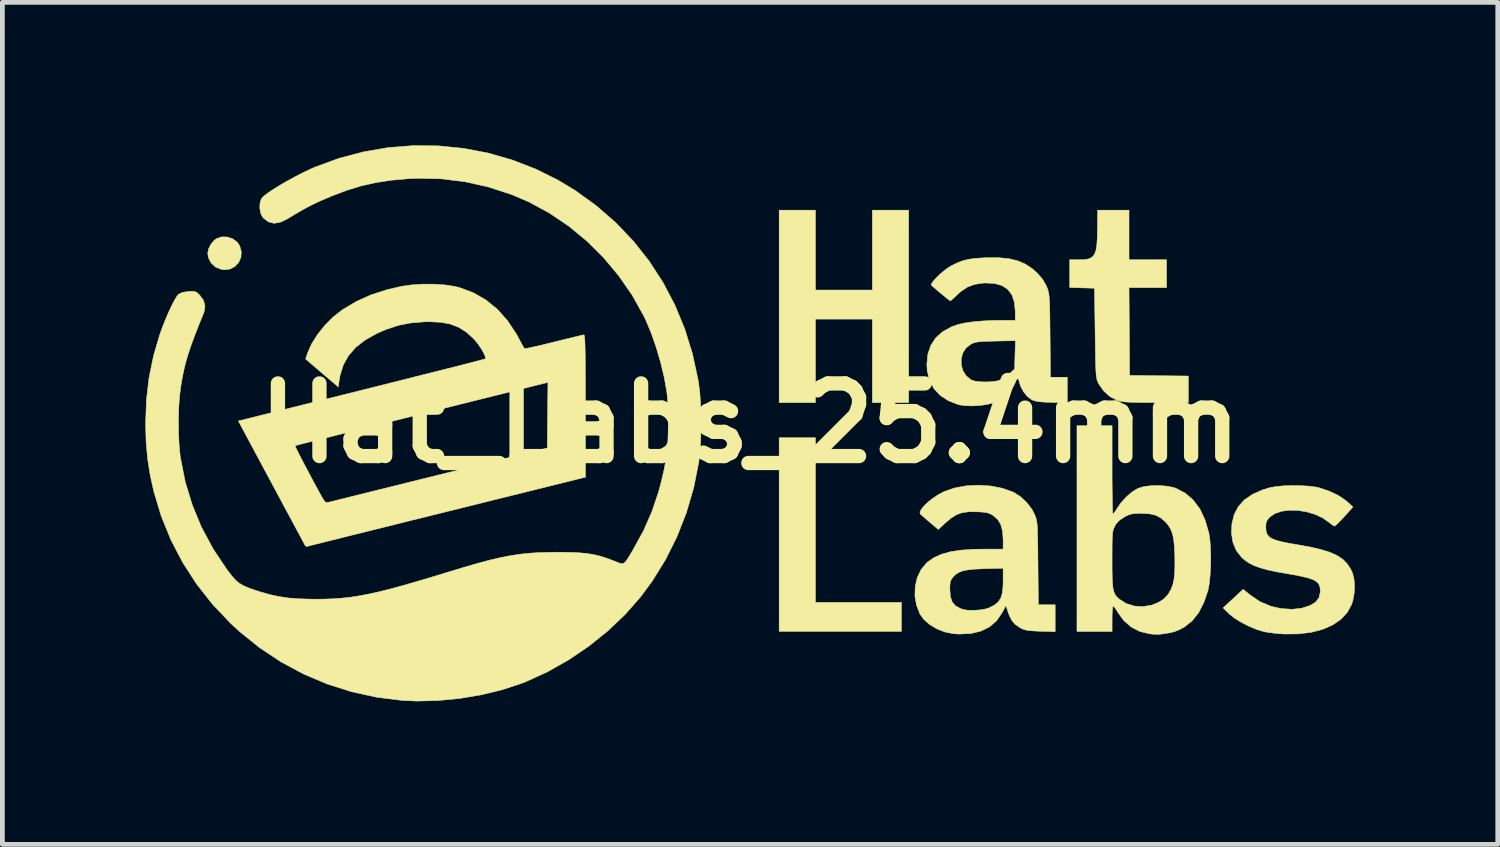
<source format=kicad_pcb>
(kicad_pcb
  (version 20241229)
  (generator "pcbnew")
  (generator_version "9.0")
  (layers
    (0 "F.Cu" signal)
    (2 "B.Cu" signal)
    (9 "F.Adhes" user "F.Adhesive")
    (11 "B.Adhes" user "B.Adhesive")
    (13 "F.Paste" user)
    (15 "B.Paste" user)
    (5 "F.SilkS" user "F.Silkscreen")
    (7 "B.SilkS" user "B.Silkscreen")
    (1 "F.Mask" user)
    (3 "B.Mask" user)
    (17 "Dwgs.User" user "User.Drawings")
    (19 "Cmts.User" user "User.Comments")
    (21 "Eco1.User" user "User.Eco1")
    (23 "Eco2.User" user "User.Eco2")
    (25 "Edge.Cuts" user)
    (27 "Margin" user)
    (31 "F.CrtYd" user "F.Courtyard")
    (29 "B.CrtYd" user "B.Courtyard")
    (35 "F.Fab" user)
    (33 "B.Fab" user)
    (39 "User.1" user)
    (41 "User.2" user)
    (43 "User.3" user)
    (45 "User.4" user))
  (footprint "Hat_Labs_25.4mm"
    (layer "F.Cu")
    (at 12.687 5.829)
    (property "Reference" "Hat_Labs_25.4mm" (at 0 0 0) (layer "F.SilkS") (effects (font (size 1.524 1.524) (thickness 0.3))))
    (attr through_hole)
    (fp_poly (pts (xy 1.372 3.759) (xy 3.175 3.759) (xy 3.175 4.369) (xy 0.61 4.369) (xy 0.61 0.305) (xy 1.372 0.305) (xy 1.372 3.759)) (stroke (width 0.01) (type solid)) (fill yes) (layer "F.SilkS"))
    (fp_poly (pts (xy 1.372 -2.794) (xy 2.565 -2.794) (xy 2.565 -4.47) (xy 3.327 -4.47) (xy 3.327 -0.432) (xy 2.565 -0.432) (xy 2.565 -2.184) (xy 1.372 -2.184) (xy 1.372 -0.432) (xy 0.61 -0.432) (xy 0.61 -4.47) (xy 1.372 -4.47) (xy 1.372 -2.794)) (stroke (width 0.01) (type solid)) (fill yes) (layer "F.SilkS"))
    (fp_poly (pts (xy -10.97 -3.907) (xy -10.855 -3.869) (xy -10.76 -3.798) (xy -10.709 -3.723) (xy -10.674 -3.599) (xy -10.682 -3.48) (xy -10.729 -3.374) (xy -10.806 -3.29) (xy -10.908 -3.235) (xy -11.029 -3.219) (xy -11.093 -3.227) (xy -11.214 -3.276) (xy -11.307 -3.361) (xy -11.364 -3.471) (xy -11.379 -3.569) (xy -11.36 -3.658) (xy -11.311 -3.755) (xy -11.244 -3.836) (xy -11.201 -3.869) (xy -11.09 -3.909) (xy -10.97 -3.907)) (stroke (width 0.01) (type solid)) (fill yes) (layer "F.SilkS"))
    (fp_poly (pts (xy 7.95 -3.429) (xy 8.738 -3.429) (xy 8.738 -2.845) (xy 7.95 -2.845) (xy 7.963 -1.003) (xy 8.579 -0.996) (xy 9.195 -0.99) (xy 9.195 -0.432) (xy 8.515 -0.433) (xy 8.306 -0.433) (xy 8.14 -0.435) (xy 8.011 -0.438) (xy 7.912 -0.443) (xy 7.837 -0.449) (xy 7.778 -0.459) (xy 7.728 -0.471) (xy 7.701 -0.48) (xy 7.552 -0.557) (xy 7.421 -0.673) (xy 7.319 -0.819) (xy 7.31 -0.836) (xy 7.295 -0.868) (xy 7.282 -0.9) (xy 7.272 -0.939) (xy 7.265 -0.988) (xy 7.258 -1.055) (xy 7.254 -1.144) (xy 7.25 -1.261) (xy 7.246 -1.411) (xy 7.243 -1.6) (xy 7.24 -1.833) (xy 7.239 -1.892) (xy 7.226 -2.832) (xy 6.706 -2.847) (xy 6.706 -3.429) (xy 6.907 -3.429) (xy 7.02 -3.433) (xy 7.109 -3.449) (xy 7.175 -3.483) (xy 7.223 -3.539) (xy 7.256 -3.624) (xy 7.275 -3.742) (xy 7.285 -3.9) (xy 7.289 -4.103) (xy 7.289 -4.121) (xy 7.29 -4.47) (xy 7.95 -4.47) (xy 7.95 -3.429)) (stroke (width 0.01) (type solid)) (fill yes) (layer "F.SilkS"))
    (fp_poly (pts (xy 11.558 1.31) (xy 11.733 1.321) (xy 11.881 1.341) (xy 11.938 1.354) (xy 12.151 1.426) (xy 12.342 1.516) (xy 12.497 1.621) (xy 12.533 1.652) (xy 12.648 1.758) (xy 12.467 1.959) (xy 12.391 2.041) (xy 12.325 2.107) (xy 12.279 2.148) (xy 12.262 2.159) (xy 12.229 2.143) (xy 12.176 2.104) (xy 12.15 2.083) (xy 12.012 1.986) (xy 11.85 1.911) (xy 11.673 1.859) (xy 11.491 1.83) (xy 11.313 1.826) (xy 11.15 1.848) (xy 11.009 1.896) (xy 10.903 1.969) (xy 10.851 2.031) (xy 10.826 2.09) (xy 10.82 2.174) (xy 10.82 2.176) (xy 10.825 2.256) (xy 10.843 2.321) (xy 10.879 2.373) (xy 10.938 2.417) (xy 11.027 2.453) (xy 11.151 2.487) (xy 11.314 2.52) (xy 11.506 2.553) (xy 11.773 2.602) (xy 11.994 2.654) (xy 12.175 2.712) (xy 12.321 2.779) (xy 12.437 2.857) (xy 12.528 2.95) (xy 12.6 3.059) (xy 12.637 3.137) (xy 12.669 3.258) (xy 12.682 3.407) (xy 12.674 3.567) (xy 12.647 3.719) (xy 12.623 3.796) (xy 12.532 3.966) (xy 12.398 4.112) (xy 12.226 4.231) (xy 12.018 4.323) (xy 11.777 4.387) (xy 11.507 4.42) (xy 11.209 4.423) (xy 11.112 4.417) (xy 10.991 4.405) (xy 10.869 4.389) (xy 10.771 4.371) (xy 10.769 4.37) (xy 10.624 4.326) (xy 10.464 4.259) (xy 10.306 4.178) (xy 10.165 4.091) (xy 10.057 4.005) (xy 10.048 3.997) (xy 9.924 3.874) (xy 10.345 3.485) (xy 10.488 3.601) (xy 10.701 3.746) (xy 10.931 3.842) (xy 11.138 3.888) (xy 11.367 3.904) (xy 11.569 3.883) (xy 11.75 3.824) (xy 11.752 3.823) (xy 11.866 3.753) (xy 11.935 3.663) (xy 11.962 3.548) (xy 11.963 3.517) (xy 11.957 3.441) (xy 11.934 3.379) (xy 11.889 3.328) (xy 11.818 3.285) (xy 11.713 3.248) (xy 11.571 3.213) (xy 11.386 3.177) (xy 11.302 3.163) (xy 11.062 3.121) (xy 10.865 3.079) (xy 10.705 3.035) (xy 10.575 2.988) (xy 10.468 2.934) (xy 10.377 2.871) (xy 10.31 2.812) (xy 10.201 2.671) (xy 10.13 2.501) (xy 10.099 2.307) (xy 10.109 2.109) (xy 10.157 1.915) (xy 10.244 1.749) (xy 10.371 1.608) (xy 10.541 1.492) (xy 10.754 1.398) (xy 10.897 1.354) (xy 11.025 1.33) (xy 11.189 1.314) (xy 11.372 1.308) (xy 11.558 1.31)) (stroke (width 0.01) (type solid)) (fill yes) (layer "F.SilkS"))
    (fp_poly (pts (xy 7.595 0.978) (xy 7.595 1.189) (xy 7.597 1.384) (xy 7.599 1.555) (xy 7.602 1.699) (xy 7.605 1.809) (xy 7.609 1.879) (xy 7.614 1.905) (xy 7.614 1.905) (xy 7.636 1.885) (xy 7.672 1.833) (xy 7.694 1.797) (xy 7.782 1.669) (xy 7.894 1.546) (xy 8.014 1.442) (xy 8.13 1.371) (xy 8.136 1.368) (xy 8.257 1.331) (xy 8.41 1.311) (xy 8.577 1.307) (xy 8.741 1.32) (xy 8.886 1.349) (xy 8.936 1.366) (xy 9.132 1.469) (xy 9.299 1.614) (xy 9.437 1.799) (xy 9.544 2.024) (xy 9.621 2.288) (xy 9.629 2.324) (xy 9.649 2.465) (xy 9.661 2.638) (xy 9.665 2.829) (xy 9.661 3.026) (xy 9.65 3.213) (xy 9.632 3.378) (xy 9.607 3.507) (xy 9.606 3.51) (xy 9.52 3.764) (xy 9.412 3.974) (xy 9.279 4.142) (xy 9.12 4.27) (xy 9.04 4.315) (xy 8.96 4.352) (xy 8.884 4.379) (xy 8.797 4.399) (xy 8.684 4.417) (xy 8.585 4.429) (xy 8.524 4.43) (xy 8.436 4.425) (xy 8.382 4.419) (xy 8.179 4.37) (xy 7.996 4.276) (xy 7.84 4.14) (xy 7.716 3.969) (xy 7.673 3.899) (xy 7.636 3.85) (xy 7.618 3.835) (xy 7.608 3.859) (xy 7.601 3.923) (xy 7.596 4.017) (xy 7.595 4.102) (xy 7.595 4.369) (xy 6.858 4.369) (xy 6.858 2.864) (xy 7.595 2.864) (xy 7.595 3.072) (xy 7.598 3.237) (xy 7.604 3.364) (xy 7.614 3.461) (xy 7.631 3.533) (xy 7.654 3.589) (xy 7.686 3.633) (xy 7.727 3.674) (xy 7.748 3.693) (xy 7.896 3.786) (xy 8.066 3.837) (xy 8.248 3.847) (xy 8.433 3.814) (xy 8.56 3.764) (xy 8.677 3.691) (xy 8.765 3.597) (xy 8.78 3.575) (xy 8.832 3.485) (xy 8.87 3.386) (xy 8.895 3.27) (xy 8.909 3.128) (xy 8.913 2.951) (xy 8.911 2.784) (xy 8.902 2.59) (xy 8.887 2.438) (xy 8.861 2.317) (xy 8.823 2.22) (xy 8.771 2.136) (xy 8.717 2.074) (xy 8.621 1.989) (xy 8.517 1.933) (xy 8.393 1.903) (xy 8.234 1.893) (xy 8.217 1.892) (xy 8.102 1.894) (xy 8.021 1.901) (xy 7.956 1.918) (xy 7.891 1.947) (xy 7.849 1.97) (xy 7.748 2.037) (xy 7.68 2.111) (xy 7.652 2.16) (xy 7.634 2.198) (xy 7.62 2.236) (xy 7.609 2.282) (xy 7.603 2.343) (xy 7.598 2.426) (xy 7.596 2.538) (xy 7.595 2.688) (xy 7.595 2.864) (xy 6.858 2.864) (xy 6.858 0.051) (xy 7.595 0.051) (xy 7.595 0.978)) (stroke (width 0.01) (type solid)) (fill yes) (layer "F.SilkS"))
    (fp_poly (pts (xy 5.049 1.317) (xy 5.294 1.365) (xy 5.514 1.443) (xy 5.531 1.451) (xy 5.673 1.541) (xy 5.806 1.666) (xy 5.915 1.809) (xy 5.971 1.918) (xy 5.988 1.961) (xy 6.001 2.001) (xy 6.011 2.045) (xy 6.02 2.1) (xy 6.026 2.17) (xy 6.03 2.262) (xy 6.033 2.383) (xy 6.036 2.536) (xy 6.038 2.73) (xy 6.04 2.94) (xy 6.048 3.81) (xy 6.401 3.81) (xy 6.401 4.375) (xy 6.09 4.365) (xy 5.953 4.359) (xy 5.854 4.351) (xy 5.783 4.339) (xy 5.726 4.321) (xy 5.671 4.294) (xy 5.666 4.292) (xy 5.564 4.221) (xy 5.49 4.136) (xy 5.433 4.02) (xy 5.412 3.961) (xy 5.368 3.825) (xy 5.283 3.984) (xy 5.169 4.148) (xy 5.02 4.275) (xy 4.84 4.363) (xy 4.628 4.413) (xy 4.385 4.424) (xy 4.262 4.416) (xy 4.085 4.38) (xy 3.915 4.313) (xy 3.763 4.221) (xy 3.639 4.111) (xy 3.563 4.002) (xy 3.491 3.816) (xy 3.458 3.621) (xy 3.463 3.483) (xy 4.191 3.483) (xy 4.202 3.634) (xy 4.238 3.746) (xy 4.305 3.828) (xy 4.408 3.886) (xy 4.473 3.909) (xy 4.564 3.924) (xy 4.683 3.927) (xy 4.811 3.918) (xy 4.928 3.9) (xy 5.004 3.878) (xy 5.121 3.819) (xy 5.204 3.753) (xy 5.26 3.669) (xy 5.293 3.559) (xy 5.307 3.414) (xy 5.309 3.313) (xy 5.309 3.043) (xy 4.921 3.053) (xy 4.731 3.061) (xy 4.583 3.075) (xy 4.469 3.096) (xy 4.383 3.128) (xy 4.314 3.171) (xy 4.257 3.228) (xy 4.254 3.231) (xy 4.22 3.279) (xy 4.2 3.333) (xy 4.192 3.408) (xy 4.191 3.483) (xy 3.463 3.483) (xy 3.464 3.426) (xy 3.507 3.24) (xy 3.586 3.074) (xy 3.699 2.935) (xy 3.725 2.912) (xy 3.857 2.821) (xy 4.014 2.75) (xy 4.202 2.697) (xy 4.426 2.663) (xy 4.689 2.645) (xy 4.892 2.642) (xy 5.309 2.642) (xy 5.309 2.434) (xy 5.296 2.258) (xy 5.258 2.121) (xy 5.19 2.014) (xy 5.099 1.936) (xy 5.042 1.903) (xy 4.983 1.881) (xy 4.907 1.868) (xy 4.799 1.86) (xy 4.762 1.859) (xy 4.589 1.858) (xy 4.45 1.877) (xy 4.331 1.919) (xy 4.217 1.991) (xy 4.11 2.081) (xy 3.948 2.229) (xy 3.771 2.079) (xy 3.69 2.009) (xy 3.624 1.952) (xy 3.581 1.914) (xy 3.572 1.906) (xy 3.564 1.865) (xy 3.593 1.805) (xy 3.653 1.732) (xy 3.736 1.653) (xy 3.838 1.573) (xy 3.95 1.499) (xy 4.066 1.437) (xy 4.069 1.435) (xy 4.287 1.359) (xy 4.532 1.314) (xy 4.79 1.3) (xy 5.049 1.317)) (stroke (width 0.01) (type solid)) (fill yes) (layer "F.SilkS"))
    (fp_poly (pts (xy 5.429 -3.452) (xy 5.616 -3.407) (xy 5.779 -3.336) (xy 5.927 -3.237) (xy 6.023 -3.15) (xy 6.135 -3.023) (xy 6.211 -2.892) (xy 6.226 -2.857) (xy 6.242 -2.815) (xy 6.255 -2.774) (xy 6.265 -2.728) (xy 6.273 -2.672) (xy 6.279 -2.6) (xy 6.284 -2.505) (xy 6.287 -2.382) (xy 6.29 -2.225) (xy 6.292 -2.028) (xy 6.294 -1.835) (xy 6.302 -0.965) (xy 6.655 -0.965) (xy 6.655 -0.428) (xy 6.331 -0.436) (xy 6.182 -0.442) (xy 6.074 -0.45) (xy 5.994 -0.463) (xy 5.934 -0.482) (xy 5.908 -0.493) (xy 5.817 -0.561) (xy 5.735 -0.662) (xy 5.674 -0.778) (xy 5.653 -0.852) (xy 5.634 -0.918) (xy 5.61 -0.935) (xy 5.582 -0.901) (xy 5.561 -0.845) (xy 5.508 -0.746) (xy 5.42 -0.641) (xy 5.309 -0.544) (xy 5.189 -0.465) (xy 5.117 -0.433) (xy 4.989 -0.397) (xy 4.834 -0.373) (xy 4.669 -0.363) (xy 4.513 -0.367) (xy 4.385 -0.386) (xy 4.369 -0.39) (xy 4.157 -0.474) (xy 3.985 -0.587) (xy 3.853 -0.731) (xy 3.764 -0.903) (xy 3.716 -1.103) (xy 3.709 -1.23) (xy 3.72 -1.349) (xy 4.43 -1.349) (xy 4.431 -1.222) (xy 4.466 -1.1) (xy 4.533 -0.994) (xy 4.633 -0.913) (xy 4.661 -0.899) (xy 4.738 -0.879) (xy 4.847 -0.868) (xy 4.972 -0.866) (xy 5.094 -0.873) (xy 5.196 -0.889) (xy 5.213 -0.894) (xy 5.289 -0.928) (xy 5.376 -0.985) (xy 5.432 -1.031) (xy 5.55 -1.137) (xy 5.558 -1.434) (xy 5.567 -1.732) (xy 5.152 -1.723) (xy 4.994 -1.719) (xy 4.877 -1.714) (xy 4.792 -1.707) (xy 4.729 -1.696) (xy 4.68 -1.681) (xy 4.635 -1.66) (xy 4.63 -1.657) (xy 4.529 -1.577) (xy 4.462 -1.471) (xy 4.43 -1.349) (xy 3.72 -1.349) (xy 3.729 -1.446) (xy 3.792 -1.633) (xy 3.897 -1.793) (xy 4.044 -1.923) (xy 4.233 -2.025) (xy 4.367 -2.072) (xy 4.5 -2.102) (xy 4.673 -2.127) (xy 4.873 -2.145) (xy 5.091 -2.156) (xy 5.251 -2.159) (xy 5.563 -2.159) (xy 5.563 -2.35) (xy 5.545 -2.54) (xy 5.493 -2.693) (xy 5.406 -2.809) (xy 5.283 -2.889) (xy 5.124 -2.933) (xy 4.93 -2.942) (xy 4.887 -2.939) (xy 4.709 -2.912) (xy 4.561 -2.857) (xy 4.425 -2.766) (xy 4.347 -2.696) (xy 4.281 -2.633) (xy 4.229 -2.587) (xy 4.202 -2.566) (xy 4.201 -2.565) (xy 4.179 -2.581) (xy 4.128 -2.621) (xy 4.058 -2.678) (xy 3.979 -2.743) (xy 3.9 -2.81) (xy 3.832 -2.869) (xy 3.802 -2.895) (xy 3.805 -2.924) (xy 3.84 -2.976) (xy 3.899 -3.042) (xy 3.974 -3.116) (xy 4.057 -3.188) (xy 4.14 -3.252) (xy 4.214 -3.299) (xy 4.339 -3.361) (xy 4.454 -3.406) (xy 4.571 -3.436) (xy 4.705 -3.456) (xy 4.871 -3.468) (xy 4.953 -3.472) (xy 5.21 -3.473) (xy 5.429 -3.452)) (stroke (width 0.01) (type solid)) (fill yes) (layer "F.SilkS"))
    (fp_poly (pts (xy -6.624 -2.917) (xy -6.398 -2.901) (xy -6.197 -2.87) (xy -6.097 -2.846) (xy -5.804 -2.736) (xy -5.538 -2.583) (xy -5.3 -2.388) (xy -5.088 -2.15) (xy -4.901 -1.868) (xy -4.83 -1.735) (xy -4.787 -1.655) (xy -4.752 -1.594) (xy -4.73 -1.566) (xy -4.73 -1.566) (xy -4.701 -1.568) (xy -4.629 -1.582) (xy -4.522 -1.605) (xy -4.387 -1.636) (xy -4.231 -1.674) (xy -4.114 -1.703) (xy -3.946 -1.745) (xy -3.794 -1.782) (xy -3.665 -1.813) (xy -3.566 -1.837) (xy -3.504 -1.851) (xy -3.486 -1.854) (xy -3.479 -1.844) (xy -3.473 -1.812) (xy -3.468 -1.756) (xy -3.464 -1.671) (xy -3.461 -1.556) (xy -3.458 -1.405) (xy -3.457 -1.217) (xy -3.455 -0.988) (xy -3.455 -0.715) (xy -3.454 -0.394) (xy -3.454 -0.361) (xy -3.454 1.132) (xy -6.356 1.853) (xy -6.731 1.946) (xy -7.092 2.035) (xy -7.436 2.121) (xy -7.761 2.202) (xy -8.062 2.277) (xy -8.338 2.345) (xy -8.585 2.407) (xy -8.8 2.461) (xy -8.98 2.506) (xy -9.121 2.541) (xy -9.221 2.566) (xy -9.277 2.581) (xy -9.287 2.584) (xy -9.325 2.578) (xy -9.331 2.571) (xy -9.346 2.545) (xy -9.382 2.478) (xy -9.437 2.374) (xy -9.511 2.238) (xy -9.599 2.073) (xy -9.701 1.884) (xy -9.814 1.674) (xy -9.935 1.447) (xy -10.041 1.25) (xy -10.458 0.473) (xy -9.547 0.473) (xy -9.538 0.496) (xy -9.509 0.557) (xy -9.463 0.648) (xy -9.404 0.764) (xy -9.335 0.895) (xy -9.261 1.036) (xy -9.185 1.179) (xy -9.11 1.318) (xy -9.041 1.445) (xy -8.987 1.543) (xy -8.943 1.617) (xy -8.91 1.655) (xy -8.878 1.665) (xy -8.844 1.659) (xy -8.81 1.65) (xy -8.73 1.631) (xy -8.608 1.6) (xy -8.447 1.56) (xy -8.252 1.512) (xy -8.025 1.455) (xy -7.77 1.392) (xy -7.491 1.323) (xy -7.192 1.248) (xy -6.875 1.17) (xy -6.545 1.088) (xy -6.515 1.081) (xy -4.255 0.52) (xy -4.248 -0.169) (xy -4.241 -0.857) (xy -6.889 -0.196) (xy -7.246 -0.107) (xy -7.589 -0.021) (xy -7.915 0.06) (xy -8.221 0.137) (xy -8.503 0.208) (xy -8.758 0.272) (xy -8.983 0.328) (xy -9.175 0.377) (xy -9.331 0.416) (xy -9.447 0.446) (xy -9.52 0.465) (xy -9.547 0.473) (xy -9.547 0.473) (xy -10.458 0.473) (xy -10.736 -0.047) (xy -8.16 -0.69) (xy -7.808 -0.778) (xy -7.469 -0.863) (xy -7.147 -0.944) (xy -6.846 -1.02) (xy -6.568 -1.09) (xy -6.317 -1.153) (xy -6.096 -1.209) (xy -5.909 -1.257) (xy -5.758 -1.296) (xy -5.647 -1.325) (xy -5.579 -1.343) (xy -5.558 -1.349) (xy -5.552 -1.38) (xy -5.572 -1.441) (xy -5.615 -1.522) (xy -5.673 -1.613) (xy -5.742 -1.705) (xy -5.807 -1.779) (xy -5.954 -1.912) (xy -6.111 -2.011) (xy -6.286 -2.079) (xy -6.488 -2.117) (xy -6.723 -2.129) (xy -6.845 -2.126) (xy -7.126 -2.103) (xy -7.381 -2.052) (xy -7.631 -1.97) (xy -7.839 -1.879) (xy -8.08 -1.743) (xy -8.274 -1.591) (xy -8.425 -1.418) (xy -8.534 -1.222) (xy -8.603 -1) (xy -8.623 -0.882) (xy -8.639 -0.762) (xy -8.898 -0.981) (xy -9.003 -1.071) (xy -9.101 -1.155) (xy -9.183 -1.225) (xy -9.238 -1.272) (xy -9.241 -1.275) (xy -9.325 -1.348) (xy -9.285 -1.469) (xy -9.201 -1.661) (xy -9.077 -1.859) (xy -8.923 -2.051) (xy -8.747 -2.228) (xy -8.559 -2.377) (xy -8.544 -2.386) (xy -8.255 -2.557) (xy -7.948 -2.695) (xy -7.611 -2.803) (xy -7.303 -2.874) (xy -7.092 -2.903) (xy -6.86 -2.918) (xy -6.624 -2.917)) (stroke (width 0.01) (type solid)) (fill yes) (layer "F.SilkS"))
    (fp_poly (pts (xy -6.539 -5.819) (xy -6.016 -5.767) (xy -5.499 -5.669) (xy -4.993 -5.524) (xy -4.501 -5.334) (xy -4.026 -5.098) (xy -3.67 -4.883) (xy -3.226 -4.562) (xy -2.817 -4.206) (xy -2.447 -3.818) (xy -2.116 -3.399) (xy -1.826 -2.952) (xy -1.577 -2.478) (xy -1.371 -1.979) (xy -1.209 -1.457) (xy -1.092 -0.914) (xy -1.076 -0.813) (xy -1.053 -0.619) (xy -1.038 -0.389) (xy -1.03 -0.138) (xy -1.03 0.121) (xy -1.037 0.374) (xy -1.052 0.605) (xy -1.074 0.802) (xy -1.076 0.813) (xy -1.183 1.354) (xy -1.337 1.879) (xy -1.535 2.384) (xy -1.776 2.866) (xy -2.059 3.322) (xy -2.298 3.645) (xy -2.621 4.012) (xy -2.985 4.358) (xy -3.383 4.678) (xy -3.806 4.965) (xy -4.248 5.215) (xy -4.701 5.422) (xy -4.798 5.46) (xy -5.204 5.593) (xy -5.64 5.699) (xy -6.093 5.775) (xy -6.549 5.819) (xy -6.993 5.83) (xy -7.29 5.817) (xy -7.833 5.75) (xy -8.362 5.634) (xy -8.875 5.471) (xy -9.369 5.262) (xy -9.841 5.008) (xy -10.291 4.71) (xy -10.714 4.369) (xy -10.906 4.191) (xy -11.281 3.795) (xy -11.615 3.37) (xy -11.906 2.919) (xy -12.153 2.444) (xy -12.355 1.947) (xy -12.509 1.436) (xy -12.587 1.086) (xy -12.64 0.748) (xy -12.671 0.404) (xy -12.682 0.032) (xy -12.682 0.013) (xy -12.665 -0.485) (xy -12.61 -0.957) (xy -12.515 -1.417) (xy -12.391 -1.84) (xy -12.333 -2.004) (xy -12.268 -2.169) (xy -12.201 -2.326) (xy -12.135 -2.467) (xy -12.074 -2.584) (xy -12.022 -2.668) (xy -11.992 -2.704) (xy -11.915 -2.743) (xy -11.793 -2.763) (xy -11.785 -2.764) (xy -11.699 -2.768) (xy -11.643 -2.761) (xy -11.599 -2.736) (xy -11.547 -2.687) (xy -11.467 -2.578) (xy -11.436 -2.459) (xy -11.455 -2.334) (xy -11.462 -2.316) (xy -11.57 -2.05) (xy -11.659 -1.821) (xy -11.732 -1.622) (xy -11.791 -1.444) (xy -11.84 -1.278) (xy -11.879 -1.118) (xy -11.913 -0.953) (xy -11.943 -0.776) (xy -11.951 -0.721) (xy -11.974 -0.524) (xy -11.988 -0.292) (xy -11.993 -0.041) (xy -11.99 0.212) (xy -11.979 0.452) (xy -11.959 0.664) (xy -11.951 0.724) (xy -11.851 1.23) (xy -11.703 1.716) (xy -11.509 2.184) (xy -11.267 2.634) (xy -10.978 3.068) (xy -10.947 3.108) (xy -10.866 3.212) (xy -10.794 3.293) (xy -10.72 3.355) (xy -10.634 3.407) (xy -10.527 3.454) (xy -10.387 3.503) (xy -10.271 3.54) (xy -10.071 3.597) (xy -9.879 3.638) (xy -9.681 3.667) (xy -9.464 3.684) (xy -9.215 3.691) (xy -9.119 3.692) (xy -8.925 3.69) (xy -8.741 3.683) (xy -8.562 3.67) (xy -8.381 3.65) (xy -8.194 3.621) (xy -7.994 3.583) (xy -7.778 3.535) (xy -7.54 3.475) (xy -7.273 3.402) (xy -6.974 3.316) (xy -6.636 3.215) (xy -6.337 3.124) (xy -6.01 3.025) (xy -5.724 2.942) (xy -5.47 2.874) (xy -5.24 2.82) (xy -5.029 2.779) (xy -4.827 2.748) (xy -4.628 2.727) (xy -4.424 2.714) (xy -4.207 2.708) (xy -4.051 2.706) (xy -3.809 2.709) (xy -3.606 2.717) (xy -3.434 2.732) (xy -3.282 2.756) (xy -3.139 2.79) (xy -2.996 2.836) (xy -2.872 2.883) (xy -2.785 2.919) (xy -2.722 2.941) (xy -2.675 2.946) (xy -2.636 2.929) (xy -2.596 2.884) (xy -2.547 2.809) (xy -2.48 2.697) (xy -2.455 2.654) (xy -2.236 2.256) (xy -2.06 1.856) (xy -1.919 1.438) (xy -1.855 1.196) (xy -1.803 0.967) (xy -1.765 0.764) (xy -1.739 0.57) (xy -1.724 0.368) (xy -1.717 0.141) (xy -1.716 0) (xy -1.718 -0.165) (xy -1.724 -0.331) (xy -1.731 -0.484) (xy -1.741 -0.608) (xy -1.748 -0.663) (xy -1.801 -0.959) (xy -1.876 -1.272) (xy -1.968 -1.587) (xy -2.073 -1.888) (xy -2.186 -2.159) (xy -2.229 -2.248) (xy -2.472 -2.684) (xy -2.756 -3.094) (xy -3.075 -3.475) (xy -3.427 -3.824) (xy -3.807 -4.137) (xy -4.212 -4.41) (xy -4.639 -4.642) (xy -4.989 -4.792) (xy -5.482 -4.954) (xy -5.979 -5.066) (xy -6.481 -5.127) (xy -6.987 -5.138) (xy -7.18 -5.129) (xy -7.53 -5.097) (xy -7.85 -5.048) (xy -8.155 -4.98) (xy -8.459 -4.887) (xy -8.778 -4.766) (xy -8.98 -4.68) (xy -9.1 -4.626) (xy -9.205 -4.575) (xy -9.307 -4.522) (xy -9.418 -4.46) (xy -9.548 -4.384) (xy -9.71 -4.286) (xy -9.714 -4.283) (xy -9.858 -4.215) (xy -9.988 -4.194) (xy -10.103 -4.223) (xy -10.205 -4.3) (xy -10.234 -4.334) (xy -10.271 -4.414) (xy -10.287 -4.518) (xy -10.281 -4.624) (xy -10.253 -4.71) (xy -10.246 -4.72) (xy -10.197 -4.769) (xy -10.11 -4.835) (xy -9.992 -4.913) (xy -9.851 -5) (xy -9.695 -5.09) (xy -9.531 -5.179) (xy -9.367 -5.263) (xy -9.21 -5.337) (xy -9.131 -5.372) (xy -8.628 -5.557) (xy -8.113 -5.693) (xy -7.591 -5.783) (xy -7.065 -5.824) (xy -6.539 -5.819)) (stroke (width 0.01) (type solid)) (fill yes) (layer "F.SilkS")))
  (gr_rect
    (start -3 -3)
    (end 28.374 14.665)
    (stroke (width 0.1) (type default))
    (fill no)
    (layer "Edge.Cuts")))
</source>
